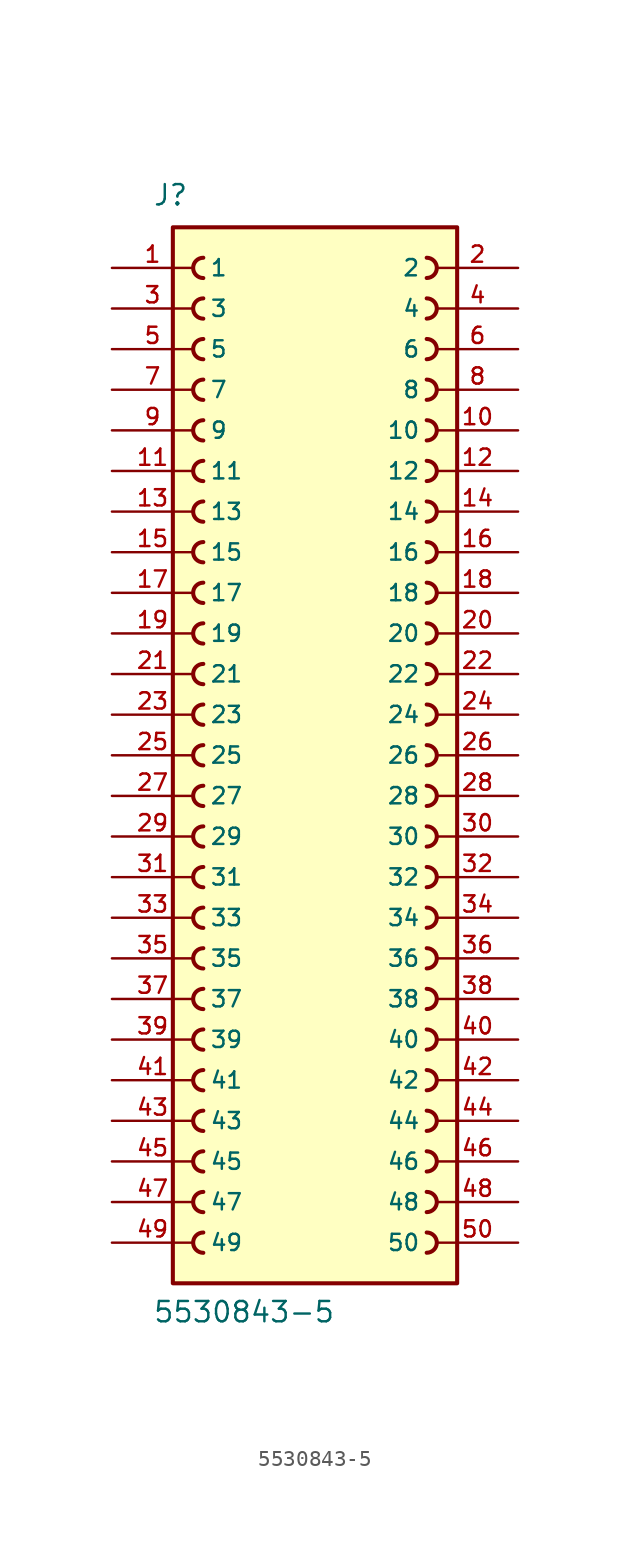
<source format=kicad_sym>
(kicad_symbol_lib
  (version 20211014)
  (generator kicad_symbol_editor)
  (symbol "5530843-5"
    (pin_names
      (offset 1.016))
    (property "Reference" "J"
      (at -10.16 34.29 0)
      (effects (font (size 1.27 1.27)) (justify bottom left)))
    (property "Value" "5530843-5"
      (at -10.16 -35.56 0)
      (effects (font (size 1.27 1.27)) (justify bottom left)))
    (symbol "5530843-5_0_0"
      (arc (start 6.985 29.845) (mid 7.62 30.48) (end 6.985 31.115) (stroke (width 0.254) (type default) (color 0 0 0 0)) (fill (type none)))
      (arc (start 6.985 27.305) (mid 7.62 27.94) (end 6.985 28.575) (stroke (width 0.254) (type default) (color 0 0 0 0)) (fill (type none)))
      (arc (start 6.985 24.765) (mid 7.62 25.4) (end 6.985 26.035) (stroke (width 0.254) (type default) (color 0 0 0 0)) (fill (type none)))
      (arc (start 6.985 22.225) (mid 7.62 22.86) (end 6.985 23.495) (stroke (width 0.254) (type default) (color 0 0 0 0)) (fill (type none)))
      (arc (start 6.985 19.685) (mid 7.62 20.32) (end 6.985 20.955) (stroke (width 0.254) (type default) (color 0 0 0 0)) (fill (type none)))
      (arc (start 6.985 17.145) (mid 7.62 17.78) (end 6.985 18.415) (stroke (width 0.254) (type default) (color 0 0 0 0)) (fill (type none)))
      (arc (start 6.985 14.605) (mid 7.62 15.24) (end 6.985 15.875) (stroke (width 0.254) (type default) (color 0 0 0 0)) (fill (type none)))
      (arc (start 6.985 12.065) (mid 7.62 12.7) (end 6.985 13.335) (stroke (width 0.254) (type default) (color 0 0 0 0)) (fill (type none)))
      (arc (start 6.985 9.525) (mid 7.62 10.16) (end 6.985 10.795) (stroke (width 0.254) (type default) (color 0 0 0 0)) (fill (type none)))
      (arc (start 6.985 6.985) (mid 7.62 7.62) (end 6.985 8.255) (stroke (width 0.254) (type default) (color 0 0 0 0)) (fill (type none)))
      (arc (start -6.985 8.255) (mid -7.62 7.62) (end -6.985 6.985) (stroke (width 0.254) (type default) (color 0 0 0 0)) (fill (type none)))
      (arc (start -6.985 10.795) (mid -7.62 10.16) (end -6.985 9.525) (stroke (width 0.254) (type default) (color 0 0 0 0)) (fill (type none)))
      (arc (start -6.985 13.335) (mid -7.62 12.7) (end -6.985 12.065) (stroke (width 0.254) (type default) (color 0 0 0 0)) (fill (type none)))
      (arc (start -6.985 15.875) (mid -7.62 15.24) (end -6.985 14.605) (stroke (width 0.254) (type default) (color 0 0 0 0)) (fill (type none)))
      (arc (start -6.985 18.415) (mid -7.62 17.78) (end -6.985 17.145) (stroke (width 0.254) (type default) (color 0 0 0 0)) (fill (type none)))
      (arc (start -6.985 20.955) (mid -7.62 20.32) (end -6.985 19.685) (stroke (width 0.254) (type default) (color 0 0 0 0)) (fill (type none)))
      (arc (start -6.985 23.495) (mid -7.62 22.86) (end -6.985 22.225) (stroke (width 0.254) (type default) (color 0 0 0 0)) (fill (type none)))
      (arc (start -6.985 26.035) (mid -7.62 25.4) (end -6.985 24.765) (stroke (width 0.254) (type default) (color 0 0 0 0)) (fill (type none)))
      (arc (start -6.985 28.575) (mid -7.62 27.94) (end -6.985 27.305) (stroke (width 0.254) (type default) (color 0 0 0 0)) (fill (type none)))
      (arc (start -6.985 31.115) (mid -7.62 30.48) (end -6.985 29.845) (stroke (width 0.254) (type default) (color 0 0 0 0)) (fill (type none)))
      (arc (start 6.985 4.445) (mid 7.62 5.08) (end 6.985 5.715) (stroke (width 0.254) (type default) (color 0 0 0 0)) (fill (type none)))
      (arc (start 6.985 1.905) (mid 7.62 2.54) (end 6.985 3.175) (stroke (width 0.254) (type default) (color 0 0 0 0)) (fill (type none)))
      (arc (start 6.985 -0.635) (mid 7.62 0.0) (end 6.985 0.635) (stroke (width 0.254) (type default) (color 0 0 0 0)) (fill (type none)))
      (arc (start 6.985 -3.175) (mid 7.62 -2.54) (end 6.985 -1.905) (stroke (width 0.254) (type default) (color 0 0 0 0)) (fill (type none)))
      (arc (start 6.985 -5.715) (mid 7.62 -5.08) (end 6.985 -4.445) (stroke (width 0.254) (type default) (color 0 0 0 0)) (fill (type none)))
      (arc (start -6.985 -4.445) (mid -7.62 -5.08) (end -6.985 -5.715) (stroke (width 0.254) (type default) (color 0 0 0 0)) (fill (type none)))
      (arc (start -6.985 -1.905) (mid -7.62 -2.54) (end -6.985 -3.175) (stroke (width 0.254) (type default) (color 0 0 0 0)) (fill (type none)))
      (arc (start -6.985 0.635) (mid -7.62 -0.0) (end -6.985 -0.635) (stroke (width 0.254) (type default) (color 0 0 0 0)) (fill (type none)))
      (arc (start -6.985 3.175) (mid -7.62 2.54) (end -6.985 1.905) (stroke (width 0.254) (type default) (color 0 0 0 0)) (fill (type none)))
      (arc (start -6.985 5.715) (mid -7.62 5.08) (end -6.985 4.445) (stroke (width 0.254) (type default) (color 0 0 0 0)) (fill (type none)))
      (arc (start 6.985 -8.255) (mid 7.62 -7.62) (end 6.985 -6.985) (stroke (width 0.254) (type default) (color 0 0 0 0)) (fill (type none)))
      (arc (start 6.985 -10.795) (mid 7.62 -10.16) (end 6.985 -9.525) (stroke (width 0.254) (type default) (color 0 0 0 0)) (fill (type none)))
      (arc (start 6.985 -13.335) (mid 7.62 -12.7) (end 6.985 -12.065) (stroke (width 0.254) (type default) (color 0 0 0 0)) (fill (type none)))
      (arc (start 6.985 -15.875) (mid 7.62 -15.24) (end 6.985 -14.605) (stroke (width 0.254) (type default) (color 0 0 0 0)) (fill (type none)))
      (arc (start 6.985 -18.415) (mid 7.62 -17.78) (end 6.985 -17.145) (stroke (width 0.254) (type default) (color 0 0 0 0)) (fill (type none)))
      (arc (start -6.985 -17.145) (mid -7.62 -17.78) (end -6.985 -18.415) (stroke (width 0.254) (type default) (color 0 0 0 0)) (fill (type none)))
      (arc (start -6.985 -14.605) (mid -7.62 -15.24) (end -6.985 -15.875) (stroke (width 0.254) (type default) (color 0 0 0 0)) (fill (type none)))
      (arc (start -6.985 -12.065) (mid -7.62 -12.7) (end -6.985 -13.335) (stroke (width 0.254) (type default) (color 0 0 0 0)) (fill (type none)))
      (arc (start -6.985 -9.525) (mid -7.62 -10.16) (end -6.985 -10.795) (stroke (width 0.254) (type default) (color 0 0 0 0)) (fill (type none)))
      (arc (start -6.985 -6.985) (mid -7.62 -7.62) (end -6.985 -8.255) (stroke (width 0.254) (type default) (color 0 0 0 0)) (fill (type none)))
      (arc (start 6.985 -20.955) (mid 7.62 -20.32) (end 6.985 -19.685) (stroke (width 0.254) (type default) (color 0 0 0 0)) (fill (type none)))
      (arc (start -6.985 -19.685) (mid -7.62 -20.32) (end -6.985 -20.955) (stroke (width 0.254) (type default) (color 0 0 0 0)) (fill (type none)))
      (arc (start 6.985 -23.495) (mid 7.62 -22.86) (end 6.985 -22.225) (stroke (width 0.254) (type default) (color 0 0 0 0)) (fill (type none)))
      (arc (start -6.985 -22.225) (mid -7.62 -22.86) (end -6.985 -23.495) (stroke (width 0.254) (type default) (color 0 0 0 0)) (fill (type none)))
      (arc (start 6.985 -26.035) (mid 7.62 -25.4) (end 6.985 -24.765) (stroke (width 0.254) (type default) (color 0 0 0 0)) (fill (type none)))
      (arc (start -6.985 -24.765) (mid -7.62 -25.4) (end -6.985 -26.035) (stroke (width 0.254) (type default) (color 0 0 0 0)) (fill (type none)))
      (arc (start 6.985 -28.575) (mid 7.62 -27.94) (end 6.985 -27.305) (stroke (width 0.254) (type default) (color 0 0 0 0)) (fill (type none)))
      (arc (start -6.985 -27.305) (mid -7.62 -27.94) (end -6.985 -28.575) (stroke (width 0.254) (type default) (color 0 0 0 0)) (fill (type none)))
      (arc (start 6.985 -31.115) (mid 7.62 -30.48) (end 6.985 -29.845) (stroke (width 0.254) (type default) (color 0 0 0 0)) (fill (type none)))
      (arc (start -6.985 -29.845) (mid -7.62 -30.48) (end -6.985 -31.115) (stroke (width 0.254) (type default) (color 0 0 0 0)) (fill (type none)))
      (rectangle (start -8.89 -33.02) (end 8.89 33.02) (stroke (width 0.254)) (fill (type background)))
      (pin passive line (at -12.7 30.48 0) (length 5.08) (name "1" (effects (font (size 1.016 1.016)))) (number "1" (effects (font (size 1.016 1.016)))))
      (pin passive line (at 12.7 30.48 180.0) (length 5.08) (name "2" (effects (font (size 1.016 1.016)))) (number "2" (effects (font (size 1.016 1.016)))))
      (pin passive line (at -12.7 27.94 0) (length 5.08) (name "3" (effects (font (size 1.016 1.016)))) (number "3" (effects (font (size 1.016 1.016)))))
      (pin passive line (at 12.7 27.94 180.0) (length 5.08) (name "4" (effects (font (size 1.016 1.016)))) (number "4" (effects (font (size 1.016 1.016)))))
      (pin passive line (at -12.7 25.4 0) (length 5.08) (name "5" (effects (font (size 1.016 1.016)))) (number "5" (effects (font (size 1.016 1.016)))))
      (pin passive line (at 12.7 25.4 180.0) (length 5.08) (name "6" (effects (font (size 1.016 1.016)))) (number "6" (effects (font (size 1.016 1.016)))))
      (pin passive line (at -12.7 22.86 0) (length 5.08) (name "7" (effects (font (size 1.016 1.016)))) (number "7" (effects (font (size 1.016 1.016)))))
      (pin passive line (at 12.7 22.86 180.0) (length 5.08) (name "8" (effects (font (size 1.016 1.016)))) (number "8" (effects (font (size 1.016 1.016)))))
      (pin passive line (at -12.7 20.32 0) (length 5.08) (name "9" (effects (font (size 1.016 1.016)))) (number "9" (effects (font (size 1.016 1.016)))))
      (pin passive line (at 12.7 20.32 180.0) (length 5.08) (name "10" (effects (font (size 1.016 1.016)))) (number "10" (effects (font (size 1.016 1.016)))))
      (pin passive line (at -12.7 17.78 0) (length 5.08) (name "11" (effects (font (size 1.016 1.016)))) (number "11" (effects (font (size 1.016 1.016)))))
      (pin passive line (at 12.7 17.78 180.0) (length 5.08) (name "12" (effects (font (size 1.016 1.016)))) (number "12" (effects (font (size 1.016 1.016)))))
      (pin passive line (at -12.7 15.24 0) (length 5.08) (name "13" (effects (font (size 1.016 1.016)))) (number "13" (effects (font (size 1.016 1.016)))))
      (pin passive line (at 12.7 15.24 180.0) (length 5.08) (name "14" (effects (font (size 1.016 1.016)))) (number "14" (effects (font (size 1.016 1.016)))))
      (pin passive line (at -12.7 12.7 0) (length 5.08) (name "15" (effects (font (size 1.016 1.016)))) (number "15" (effects (font (size 1.016 1.016)))))
      (pin passive line (at 12.7 12.7 180.0) (length 5.08) (name "16" (effects (font (size 1.016 1.016)))) (number "16" (effects (font (size 1.016 1.016)))))
      (pin passive line (at -12.7 10.16 0) (length 5.08) (name "17" (effects (font (size 1.016 1.016)))) (number "17" (effects (font (size 1.016 1.016)))))
      (pin passive line (at 12.7 10.16 180.0) (length 5.08) (name "18" (effects (font (size 1.016 1.016)))) (number "18" (effects (font (size 1.016 1.016)))))
      (pin passive line (at -12.7 7.62 0) (length 5.08) (name "19" (effects (font (size 1.016 1.016)))) (number "19" (effects (font (size 1.016 1.016)))))
      (pin passive line (at 12.7 7.62 180.0) (length 5.08) (name "20" (effects (font (size 1.016 1.016)))) (number "20" (effects (font (size 1.016 1.016)))))
      (pin passive line (at -12.7 5.08 0) (length 5.08) (name "21" (effects (font (size 1.016 1.016)))) (number "21" (effects (font (size 1.016 1.016)))))
      (pin passive line (at 12.7 5.08 180.0) (length 5.08) (name "22" (effects (font (size 1.016 1.016)))) (number "22" (effects (font (size 1.016 1.016)))))
      (pin passive line (at -12.7 2.54 0) (length 5.08) (name "23" (effects (font (size 1.016 1.016)))) (number "23" (effects (font (size 1.016 1.016)))))
      (pin passive line (at 12.7 2.54 180.0) (length 5.08) (name "24" (effects (font (size 1.016 1.016)))) (number "24" (effects (font (size 1.016 1.016)))))
      (pin passive line (at -12.7 0.0 0) (length 5.08) (name "25" (effects (font (size 1.016 1.016)))) (number "25" (effects (font (size 1.016 1.016)))))
      (pin passive line (at 12.7 0.0 180.0) (length 5.08) (name "26" (effects (font (size 1.016 1.016)))) (number "26" (effects (font (size 1.016 1.016)))))
      (pin passive line (at -12.7 -2.54 0) (length 5.08) (name "27" (effects (font (size 1.016 1.016)))) (number "27" (effects (font (size 1.016 1.016)))))
      (pin passive line (at 12.7 -2.54 180.0) (length 5.08) (name "28" (effects (font (size 1.016 1.016)))) (number "28" (effects (font (size 1.016 1.016)))))
      (pin passive line (at -12.7 -5.08 0) (length 5.08) (name "29" (effects (font (size 1.016 1.016)))) (number "29" (effects (font (size 1.016 1.016)))))
      (pin passive line (at 12.7 -5.08 180.0) (length 5.08) (name "30" (effects (font (size 1.016 1.016)))) (number "30" (effects (font (size 1.016 1.016)))))
      (pin passive line (at -12.7 -7.62 0) (length 5.08) (name "31" (effects (font (size 1.016 1.016)))) (number "31" (effects (font (size 1.016 1.016)))))
      (pin passive line (at 12.7 -7.62 180.0) (length 5.08) (name "32" (effects (font (size 1.016 1.016)))) (number "32" (effects (font (size 1.016 1.016)))))
      (pin passive line (at -12.7 -10.16 0) (length 5.08) (name "33" (effects (font (size 1.016 1.016)))) (number "33" (effects (font (size 1.016 1.016)))))
      (pin passive line (at 12.7 -10.16 180.0) (length 5.08) (name "34" (effects (font (size 1.016 1.016)))) (number "34" (effects (font (size 1.016 1.016)))))
      (pin passive line (at -12.7 -12.7 0) (length 5.08) (name "35" (effects (font (size 1.016 1.016)))) (number "35" (effects (font (size 1.016 1.016)))))
      (pin passive line (at 12.7 -12.7 180.0) (length 5.08) (name "36" (effects (font (size 1.016 1.016)))) (number "36" (effects (font (size 1.016 1.016)))))
      (pin passive line (at -12.7 -15.24 0) (length 5.08) (name "37" (effects (font (size 1.016 1.016)))) (number "37" (effects (font (size 1.016 1.016)))))
      (pin passive line (at 12.7 -15.24 180.0) (length 5.08) (name "38" (effects (font (size 1.016 1.016)))) (number "38" (effects (font (size 1.016 1.016)))))
      (pin passive line (at -12.7 -17.78 0) (length 5.08) (name "39" (effects (font (size 1.016 1.016)))) (number "39" (effects (font (size 1.016 1.016)))))
      (pin passive line (at 12.7 -17.78 180.0) (length 5.08) (name "40" (effects (font (size 1.016 1.016)))) (number "40" (effects (font (size 1.016 1.016)))))
      (pin passive line (at -12.7 -20.32 0) (length 5.08) (name "41" (effects (font (size 1.016 1.016)))) (number "41" (effects (font (size 1.016 1.016)))))
      (pin passive line (at 12.7 -20.32 180.0) (length 5.08) (name "42" (effects (font (size 1.016 1.016)))) (number "42" (effects (font (size 1.016 1.016)))))
      (pin passive line (at -12.7 -22.86 0) (length 5.08) (name "43" (effects (font (size 1.016 1.016)))) (number "43" (effects (font (size 1.016 1.016)))))
      (pin passive line (at 12.7 -22.86 180.0) (length 5.08) (name "44" (effects (font (size 1.016 1.016)))) (number "44" (effects (font (size 1.016 1.016)))))
      (pin passive line (at -12.7 -25.4 0) (length 5.08) (name "45" (effects (font (size 1.016 1.016)))) (number "45" (effects (font (size 1.016 1.016)))))
      (pin passive line (at 12.7 -25.4 180.0) (length 5.08) (name "46" (effects (font (size 1.016 1.016)))) (number "46" (effects (font (size 1.016 1.016)))))
      (pin passive line (at -12.7 -27.94 0) (length 5.08) (name "47" (effects (font (size 1.016 1.016)))) (number "47" (effects (font (size 1.016 1.016)))))
      (pin passive line (at 12.7 -27.94 180.0) (length 5.08) (name "48" (effects (font (size 1.016 1.016)))) (number "48" (effects (font (size 1.016 1.016)))))
      (pin passive line (at -12.7 -30.48 0) (length 5.08) (name "49" (effects (font (size 1.016 1.016)))) (number "49" (effects (font (size 1.016 1.016)))))
      (pin passive line (at 12.7 -30.48 180.0) (length 5.08) (name "50" (effects (font (size 1.016 1.016)))) (number "50" (effects (font (size 1.016 1.016))))))))
</source>
